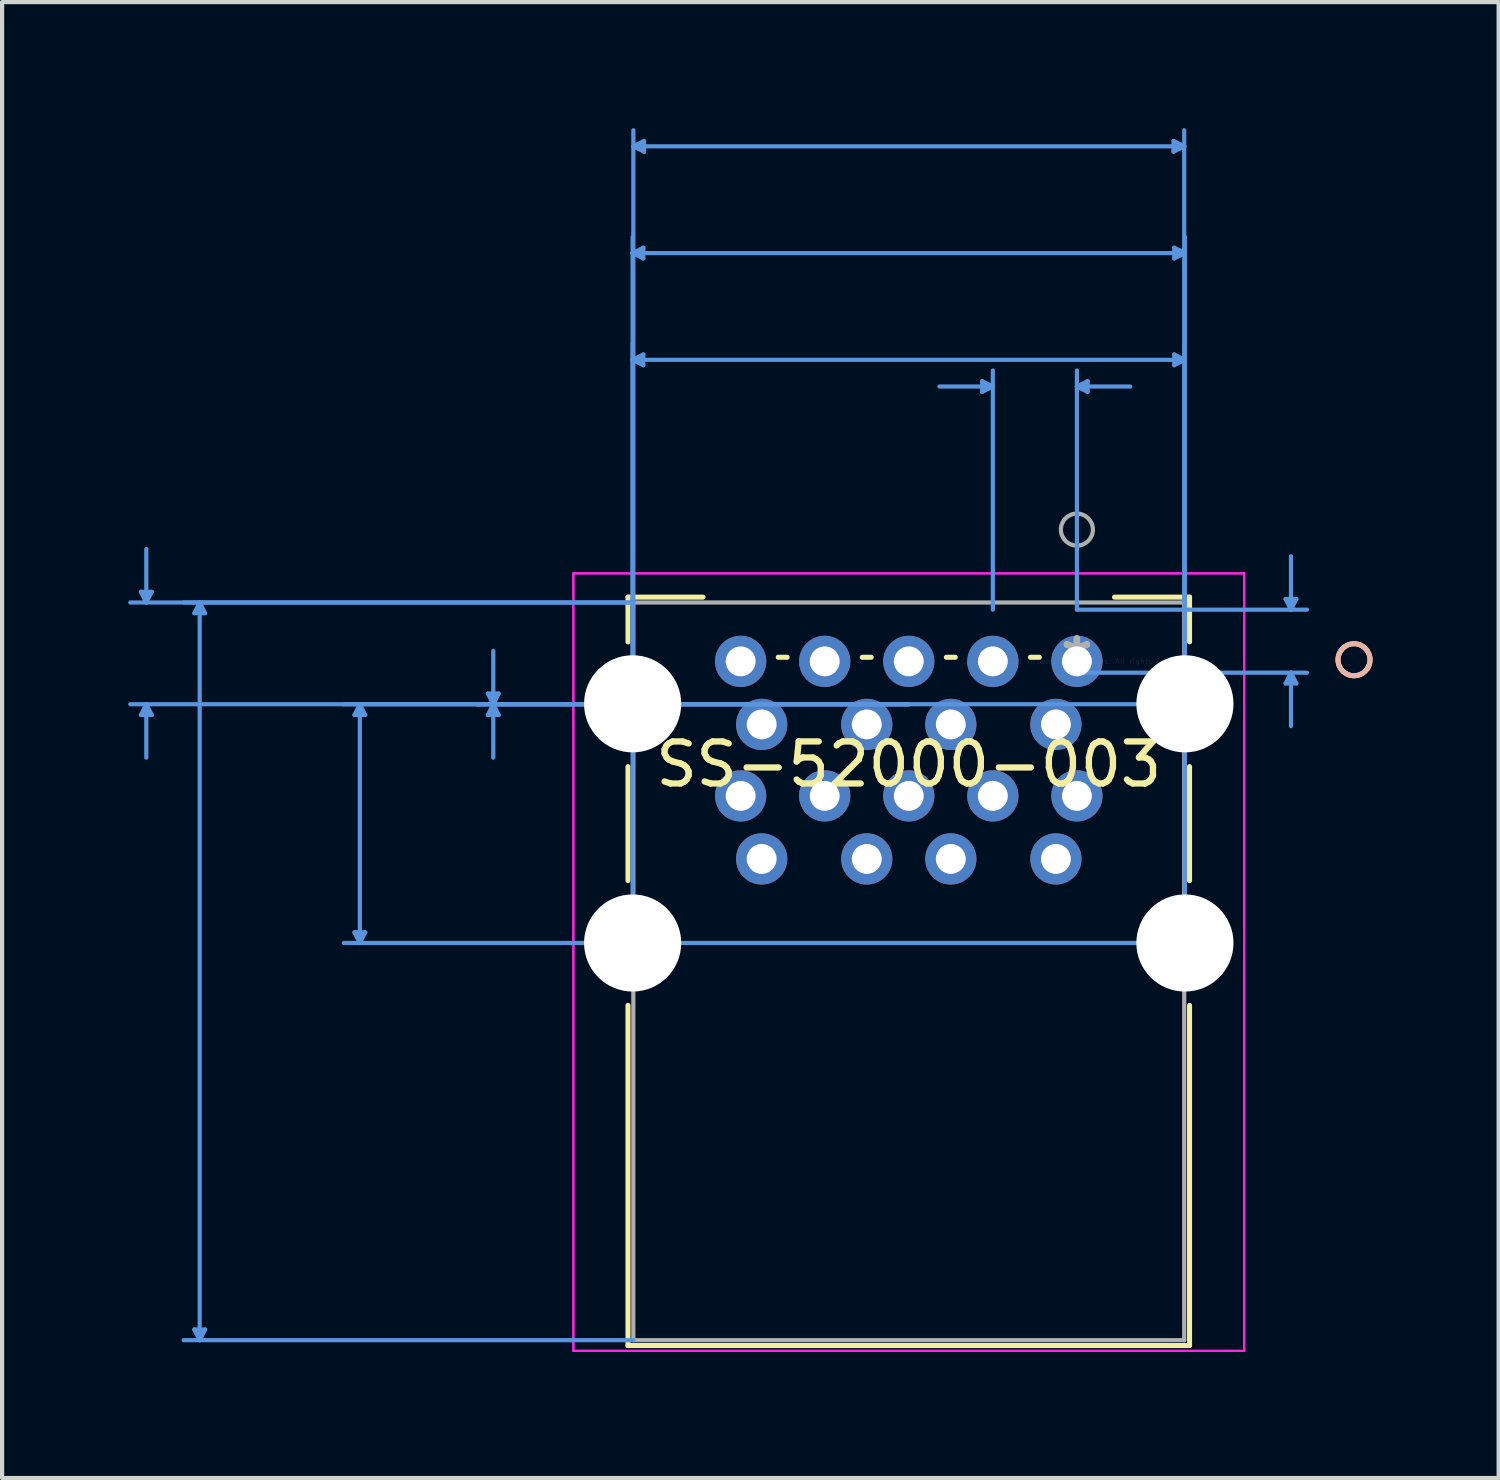
<source format=kicad_pcb>
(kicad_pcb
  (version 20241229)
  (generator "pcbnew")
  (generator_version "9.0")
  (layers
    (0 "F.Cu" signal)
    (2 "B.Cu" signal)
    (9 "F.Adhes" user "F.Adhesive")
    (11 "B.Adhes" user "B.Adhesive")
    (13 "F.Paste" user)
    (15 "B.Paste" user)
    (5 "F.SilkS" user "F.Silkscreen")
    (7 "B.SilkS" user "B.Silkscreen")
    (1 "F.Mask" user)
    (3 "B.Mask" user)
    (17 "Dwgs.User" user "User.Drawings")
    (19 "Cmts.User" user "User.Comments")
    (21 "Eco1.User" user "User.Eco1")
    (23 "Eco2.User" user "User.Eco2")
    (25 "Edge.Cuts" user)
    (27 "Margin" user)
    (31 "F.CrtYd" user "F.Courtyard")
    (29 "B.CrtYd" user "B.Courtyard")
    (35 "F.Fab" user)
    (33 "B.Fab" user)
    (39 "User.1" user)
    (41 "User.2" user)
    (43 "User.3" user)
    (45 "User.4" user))
  (footprint "SS-52000-003"
    (layer "F.Cu")
    (at 22.571 12.685)
    (property "Reference" "SS-52000-003" (at -4 2.45 0) (layer "F.SilkS") (effects (font (size 1 1) (thickness 0.15))))
    (attr through_hole)
    (fp_line (start -10.68 -1.528) (end -10.68 -0.464) (stroke (width 0.12) (type solid)) (layer "F.SilkS"))
    (fp_line (start -10.68 2.504) (end -10.68 5.216) (stroke (width 0.12) (type solid)) (layer "F.SilkS"))
    (fp_line (start -10.68 8.184) (end -10.68 16.277) (stroke (width 0.12) (type solid)) (layer "F.SilkS"))
    (fp_line (start -10.68 16.277) (end 2.68 16.277) (stroke (width 0.12) (type solid)) (layer "F.SilkS"))
    (fp_line (start -8.894 -1.528) (end -10.68 -1.528) (stroke (width 0.12) (type solid)) (layer "F.SilkS"))
    (fp_line (start -6.894 -0.098) (end -7.106 -0.098) (stroke (width 0.12) (type solid)) (layer "F.SilkS"))
    (fp_line (start -4.894 -0.098) (end -5.106 -0.098) (stroke (width 0.12) (type solid)) (layer "F.SilkS"))
    (fp_line (start -2.894 -0.098) (end -3.106 -0.098) (stroke (width 0.12) (type solid)) (layer "F.SilkS"))
    (fp_line (start -0.894 -0.098) (end -1.106 -0.098) (stroke (width 0.12) (type solid)) (layer "F.SilkS"))
    (fp_line (start 2.68 -1.528) (end 0.894 -1.528) (stroke (width 0.12) (type solid)) (layer "F.SilkS"))
    (fp_line (start 2.68 -0.464) (end 2.68 -1.528) (stroke (width 0.12) (type solid)) (layer "F.SilkS"))
    (fp_line (start 2.68 5.216) (end 2.68 2.504) (stroke (width 0.12) (type solid)) (layer "F.SilkS"))
    (fp_line (start 2.68 16.277) (end 2.68 8.184) (stroke (width 0.12) (type solid)) (layer "F.SilkS"))
    (fp_circle (center 6.593 -0.039) (end 6.974 -0.039) (stroke (width 0.12) (type solid)) (fill no) (layer "F.SilkS"))
    (fp_circle (center 6.593 -0.039) (end 6.974 -0.039) (stroke (width 0.12) (type solid)) (fill no) (layer "B.SilkS"))
    (fp_line (start -22.267 -1.655) (end -22.013 -1.655) (stroke (width 0.1) (type solid)) (layer "Cmts.User"))
    (fp_line (start -22.267 1.274) (end -22.013 1.274) (stroke (width 0.1) (type solid)) (layer "Cmts.User"))
    (fp_line (start -22.14 -1.401) (end -22.267 -1.655) (stroke (width 0.1) (type solid)) (layer "Cmts.User"))
    (fp_line (start -22.14 -1.401) (end -22.14 -2.671) (stroke (width 0.1) (type solid)) (layer "Cmts.User"))
    (fp_line (start -22.14 -1.401) (end -22.013 -1.655) (stroke (width 0.1) (type solid)) (layer "Cmts.User"))
    (fp_line (start -22.14 1.02) (end -22.267 1.274) (stroke (width 0.1) (type solid)) (layer "Cmts.User"))
    (fp_line (start -22.14 1.02) (end -22.14 2.29) (stroke (width 0.1) (type solid)) (layer "Cmts.User"))
    (fp_line (start -22.14 1.02) (end -22.013 1.274) (stroke (width 0.1) (type solid)) (layer "Cmts.User"))
    (fp_line (start -20.997 -1.147) (end -20.743 -1.147) (stroke (width 0.1) (type solid)) (layer "Cmts.User"))
    (fp_line (start -20.997 15.896) (end -20.743 15.896) (stroke (width 0.1) (type solid)) (layer "Cmts.User"))
    (fp_line (start -20.87 -1.401) (end -20.997 -1.147) (stroke (width 0.1) (type solid)) (layer "Cmts.User"))
    (fp_line (start -20.87 -1.401) (end -20.87 16.15) (stroke (width 0.1) (type solid)) (layer "Cmts.User"))
    (fp_line (start -20.87 -1.401) (end -20.743 -1.147) (stroke (width 0.1) (type solid)) (layer "Cmts.User"))
    (fp_line (start -20.87 16.15) (end -20.997 15.896) (stroke (width 0.1) (type solid)) (layer "Cmts.User"))
    (fp_line (start -20.87 16.15) (end -20.743 15.896) (stroke (width 0.1) (type solid)) (layer "Cmts.User"))
    (fp_line (start -17.187 1.274) (end -16.933 1.274) (stroke (width 0.1) (type solid)) (layer "Cmts.User"))
    (fp_line (start -17.187 6.446) (end -16.933 6.446) (stroke (width 0.1) (type solid)) (layer "Cmts.User"))
    (fp_line (start -17.06 1.02) (end -17.187 1.274) (stroke (width 0.1) (type solid)) (layer "Cmts.User"))
    (fp_line (start -17.06 1.02) (end -17.06 6.7) (stroke (width 0.1) (type solid)) (layer "Cmts.User"))
    (fp_line (start -17.06 1.02) (end -16.933 1.274) (stroke (width 0.1) (type solid)) (layer "Cmts.User"))
    (fp_line (start -17.06 6.7) (end -17.187 6.446) (stroke (width 0.1) (type solid)) (layer "Cmts.User"))
    (fp_line (start -17.06 6.7) (end -16.933 6.446) (stroke (width 0.1) (type solid)) (layer "Cmts.User"))
    (fp_line (start -14.012 0.766) (end -13.758 0.766) (stroke (width 0.1) (type solid)) (layer "Cmts.User"))
    (fp_line (start -14.012 1.274) (end -13.758 1.274) (stroke (width 0.1) (type solid)) (layer "Cmts.User"))
    (fp_line (start -13.885 1.02) (end -14.012 0.766) (stroke (width 0.1) (type solid)) (layer "Cmts.User"))
    (fp_line (start -13.885 1.02) (end -14.012 1.274) (stroke (width 0.1) (type solid)) (layer "Cmts.User"))
    (fp_line (start -13.885 1.02) (end -13.885 -0.25) (stroke (width 0.1) (type solid)) (layer "Cmts.User"))
    (fp_line (start -13.885 1.02) (end -13.885 2.29) (stroke (width 0.1) (type solid)) (layer "Cmts.User"))
    (fp_line (start -13.885 1.02) (end -13.758 0.766) (stroke (width 0.1) (type solid)) (layer "Cmts.User"))
    (fp_line (start -13.885 1.02) (end -13.758 1.274) (stroke (width 0.1) (type solid)) (layer "Cmts.User"))
    (fp_line (start -10.57 -9.714) (end -10.316 -9.841) (stroke (width 0.1) (type solid)) (layer "Cmts.User"))
    (fp_line (start -10.57 -9.714) (end -10.316 -9.587) (stroke (width 0.1) (type solid)) (layer "Cmts.User"))
    (fp_line (start -10.57 -9.714) (end 2.57 -9.714) (stroke (width 0.1) (type solid)) (layer "Cmts.User"))
    (fp_line (start -10.57 1.02) (end -10.57 -10.095) (stroke (width 0.1) (type solid)) (layer "Cmts.User"))
    (fp_line (start -10.57 -7.174) (end -10.316 -7.301) (stroke (width 0.1) (type solid)) (layer "Cmts.User"))
    (fp_line (start -10.57 -7.174) (end -10.316 -7.047) (stroke (width 0.1) (type solid)) (layer "Cmts.User"))
    (fp_line (start -10.57 -7.174) (end 2.57 -7.174) (stroke (width 0.1) (type solid)) (layer "Cmts.User"))
    (fp_line (start -10.57 6.7) (end -10.57 -7.555) (stroke (width 0.1) (type solid)) (layer "Cmts.User"))
    (fp_line (start -10.553 -12.254) (end -10.299 -12.381) (stroke (width 0.1) (type solid)) (layer "Cmts.User"))
    (fp_line (start -10.553 -12.254) (end -10.299 -12.127) (stroke (width 0.1) (type solid)) (layer "Cmts.User"))
    (fp_line (start -10.553 -12.254) (end 2.553 -12.254) (stroke (width 0.1) (type solid)) (layer "Cmts.User"))
    (fp_line (start -10.553 -1.401) (end -22.521 -1.401) (stroke (width 0.1) (type solid)) (layer "Cmts.User"))
    (fp_line (start -10.553 -1.401) (end -21.251 -1.401) (stroke (width 0.1) (type solid)) (layer "Cmts.User"))
    (fp_line (start -10.553 -1.401) (end -10.553 -12.635) (stroke (width 0.1) (type solid)) (layer "Cmts.User"))
    (fp_line (start -10.553 16.15) (end -21.251 16.15) (stroke (width 0.1) (type solid)) (layer "Cmts.User"))
    (fp_line (start -10.316 -9.841) (end -10.316 -9.587) (stroke (width 0.1) (type solid)) (layer "Cmts.User"))
    (fp_line (start -10.316 -7.301) (end -10.316 -7.047) (stroke (width 0.1) (type solid)) (layer "Cmts.User"))
    (fp_line (start -10.299 -12.381) (end -10.299 -12.127) (stroke (width 0.1) (type solid)) (layer "Cmts.User"))
    (fp_line (start -4 1.02) (end -22.521 1.02) (stroke (width 0.1) (type solid)) (layer "Cmts.User"))
    (fp_line (start -4 1.02) (end -17.441 1.02) (stroke (width 0.1) (type solid)) (layer "Cmts.User"))
    (fp_line (start -4 1.02) (end -14.266 1.02) (stroke (width 0.1) (type solid)) (layer "Cmts.User"))
    (fp_line (start -2.254 -6.666) (end -2.254 -6.412) (stroke (width 0.1) (type solid)) (layer "Cmts.User"))
    (fp_line (start -2 -6.539) (end -3.27 -6.539) (stroke (width 0.1) (type solid)) (layer "Cmts.User"))
    (fp_line (start -2 -6.539) (end -2.254 -6.666) (stroke (width 0.1) (type solid)) (layer "Cmts.User"))
    (fp_line (start -2 -6.539) (end -2.254 -6.412) (stroke (width 0.1) (type solid)) (layer "Cmts.User"))
    (fp_line (start -2 -1.23) (end -2 -6.92) (stroke (width 0.1) (type solid)) (layer "Cmts.User"))
    (fp_line (start 0 -6.539) (end 0.254 -6.666) (stroke (width 0.1) (type solid)) (layer "Cmts.User"))
    (fp_line (start 0 -6.539) (end 0.254 -6.412) (stroke (width 0.1) (type solid)) (layer "Cmts.User"))
    (fp_line (start 0 -6.539) (end 1.27 -6.539) (stroke (width 0.1) (type solid)) (layer "Cmts.User"))
    (fp_line (start 0 -1.23) (end 0 -6.92) (stroke (width 0.1) (type solid)) (layer "Cmts.User"))
    (fp_line (start 0 -1.23) (end 5.474 -1.23) (stroke (width 0.1) (type solid)) (layer "Cmts.User"))
    (fp_line (start 0 0.27) (end 5.474 0.27) (stroke (width 0.1) (type solid)) (layer "Cmts.User"))
    (fp_line (start 0.254 -6.666) (end 0.254 -6.412) (stroke (width 0.1) (type solid)) (layer "Cmts.User"))
    (fp_line (start 2.299 -12.381) (end 2.299 -12.127) (stroke (width 0.1) (type solid)) (layer "Cmts.User"))
    (fp_line (start 2.316 -7.301) (end 2.316 -7.047) (stroke (width 0.1) (type solid)) (layer "Cmts.User"))
    (fp_line (start 2.316 -9.841) (end 2.316 -9.587) (stroke (width 0.1) (type solid)) (layer "Cmts.User"))
    (fp_line (start 2.553 -12.254) (end 2.299 -12.381) (stroke (width 0.1) (type solid)) (layer "Cmts.User"))
    (fp_line (start 2.553 -12.254) (end 2.299 -12.127) (stroke (width 0.1) (type solid)) (layer "Cmts.User"))
    (fp_line (start 2.553 -1.401) (end 2.553 -12.635) (stroke (width 0.1) (type solid)) (layer "Cmts.User"))
    (fp_line (start 2.57 -7.174) (end 2.316 -7.301) (stroke (width 0.1) (type solid)) (layer "Cmts.User"))
    (fp_line (start 2.57 -7.174) (end 2.316 -7.047) (stroke (width 0.1) (type solid)) (layer "Cmts.User"))
    (fp_line (start 2.57 6.7) (end -17.441 6.7) (stroke (width 0.1) (type solid)) (layer "Cmts.User"))
    (fp_line (start 2.57 6.7) (end 2.57 -7.555) (stroke (width 0.1) (type solid)) (layer "Cmts.User"))
    (fp_line (start 2.57 -9.714) (end 2.316 -9.841) (stroke (width 0.1) (type solid)) (layer "Cmts.User"))
    (fp_line (start 2.57 -9.714) (end 2.316 -9.587) (stroke (width 0.1) (type solid)) (layer "Cmts.User"))
    (fp_line (start 2.57 1.02) (end -14.266 1.02) (stroke (width 0.1) (type solid)) (layer "Cmts.User"))
    (fp_line (start 2.57 1.02) (end 2.57 -10.095) (stroke (width 0.1) (type solid)) (layer "Cmts.User"))
    (fp_line (start 4.966 -1.484) (end 5.22 -1.484) (stroke (width 0.1) (type solid)) (layer "Cmts.User"))
    (fp_line (start 4.966 0.524) (end 5.22 0.524) (stroke (width 0.1) (type solid)) (layer "Cmts.User"))
    (fp_line (start 5.093 -1.23) (end 4.966 -1.484) (stroke (width 0.1) (type solid)) (layer "Cmts.User"))
    (fp_line (start 5.093 -1.23) (end 5.093 -2.5) (stroke (width 0.1) (type solid)) (layer "Cmts.User"))
    (fp_line (start 5.093 -1.23) (end 5.22 -1.484) (stroke (width 0.1) (type solid)) (layer "Cmts.User"))
    (fp_line (start 5.093 0.27) (end 4.966 0.524) (stroke (width 0.1) (type solid)) (layer "Cmts.User"))
    (fp_line (start 5.093 0.27) (end 5.093 1.54) (stroke (width 0.1) (type solid)) (layer "Cmts.User"))
    (fp_line (start 5.093 0.27) (end 5.22 0.524) (stroke (width 0.1) (type solid)) (layer "Cmts.User"))
    (fp_line (start -11.98 -2.094) (end -11.98 16.404) (stroke (width 0.05) (type solid)) (layer "F.CrtYd"))
    (fp_line (start -11.98 -2.094) (end -11.98 16.404) (stroke (width 0.05) (type solid)) (layer "F.CrtYd"))
    (fp_line (start -11.98 16.404) (end 3.98 16.404) (stroke (width 0.05) (type solid)) (layer "F.CrtYd"))
    (fp_line (start -11.98 16.404) (end 3.98 16.404) (stroke (width 0.05) (type solid)) (layer "F.CrtYd"))
    (fp_line (start 3.98 -2.094) (end -11.98 -2.094) (stroke (width 0.05) (type solid)) (layer "F.CrtYd"))
    (fp_line (start 3.98 -2.094) (end -11.98 -2.094) (stroke (width 0.05) (type solid)) (layer "F.CrtYd"))
    (fp_line (start 3.98 16.404) (end 3.98 -2.094) (stroke (width 0.05) (type solid)) (layer "F.CrtYd"))
    (fp_line (start 3.98 16.404) (end 3.98 -2.094) (stroke (width 0.05) (type solid)) (layer "F.CrtYd"))
    (fp_line (start -10.553 -1.401) (end -10.553 16.15) (stroke (width 0.1) (type solid)) (layer "F.Fab"))
    (fp_line (start -10.553 16.15) (end 2.553 16.15) (stroke (width 0.1) (type solid)) (layer "F.Fab"))
    (fp_line (start 2.553 -1.401) (end -10.553 -1.401) (stroke (width 0.1) (type solid)) (layer "F.Fab"))
    (fp_line (start 2.553 16.15) (end 2.553 -1.401) (stroke (width 0.1) (type solid)) (layer "F.Fab"))
    (fp_circle (center 0 -3.135) (end 0.381 -3.135) (stroke (width 0.1) (type solid)) (fill no) (layer "F.Fab"))
    (fp_text user "*" (at 0 0 0) (layer "F.SilkS") (effects (font (size 1 1) (thickness 0.15))))
    (fp_text user "Copyright 2021 Accelerated Designs. All rights reserved." (at 0 0 0) (layer "Cmts.User") (effects (font (size 0.127 0.127) (thickness 0.002))))
    (fp_text user "*" (at 0 0 0) (layer "F.Fab") (effects (font (size 1 1) (thickness 0.15))))
    (pad "" np_thru_hole circle (at -10.57 1.01) (size 2.311 2.311) (drill 2.311) (layers "*.Cu" "*.Mask"))
    (pad "" np_thru_hole circle (at -10.57 6.7) (size 2.311 2.311) (drill 2.311) (layers "*.Cu" "*.Mask"))
    (pad "" np_thru_hole circle (at 2.57 6.7) (size 2.311 2.311) (drill 2.311) (layers "*.Cu" "*.Mask"))
    (pad "" np_thru_hole circle (at 2.57 1.01) (size 2.311 2.311) (drill 2.311) (layers "*.Cu" "*.Mask"))
    (pad "1" thru_hole circle (at 0 0) (size 1.219 1.219) (drill 0.711) (layers "*.Cu" "*.Mask"))
    (pad "2" thru_hole circle (at -2 0) (size 1.219 1.219) (drill 0.711) (layers "*.Cu" "*.Mask"))
    (pad "3" thru_hole circle (at -4 0) (size 1.219 1.219) (drill 0.711) (layers "*.Cu" "*.Mask"))
    (pad "4" thru_hole circle (at -6 0) (size 1.219 1.219) (drill 0.711) (layers "*.Cu" "*.Mask"))
    (pad "5" thru_hole circle (at -8 0) (size 1.219 1.219) (drill 0.711) (layers "*.Cu" "*.Mask"))
    (pad "6" thru_hole circle (at -0.5 1.5) (size 1.219 1.219) (drill 0.711) (layers "*.Cu" "*.Mask"))
    (pad "7" thru_hole circle (at -3 1.5) (size 1.219 1.219) (drill 0.711) (layers "*.Cu" "*.Mask"))
    (pad "8" thru_hole circle (at -5 1.5) (size 1.219 1.219) (drill 0.711) (layers "*.Cu" "*.Mask"))
    (pad "10" thru_hole circle (at -7.5 1.5) (size 1.219 1.219) (drill 0.711) (layers "*.Cu" "*.Mask"))
    (pad "11" thru_hole circle (at 0 3.2) (size 1.219 1.219) (drill 0.711) (layers "*.Cu" "*.Mask"))
    (pad "12" thru_hole circle (at -2 3.2) (size 1.219 1.219) (drill 0.711) (layers "*.Cu" "*.Mask"))
    (pad "13" thru_hole circle (at -4 3.2) (size 1.219 1.219) (drill 0.711) (layers "*.Cu" "*.Mask"))
    (pad "14" thru_hole circle (at -6 3.2) (size 1.219 1.219) (drill 0.711) (layers "*.Cu" "*.Mask"))
    (pad "15" thru_hole circle (at -8 3.2) (size 1.219 1.219) (drill 0.711) (layers "*.Cu" "*.Mask"))
    (pad "16" thru_hole circle (at -0.5 4.7) (size 1.219 1.219) (drill 0.711) (layers "*.Cu" "*.Mask"))
    (pad "17" thru_hole circle (at -3 4.7) (size 1.219 1.219) (drill 0.711) (layers "*.Cu" "*.Mask"))
    (pad "18" thru_hole circle (at -5 4.7) (size 1.219 1.219) (drill 0.711) (layers "*.Cu" "*.Mask"))
    (pad "20" thru_hole circle (at -7.5 4.7) (size 1.219 1.219) (drill 0.711) (layers "*.Cu" "*.Mask")))
  (gr_rect
    (start -3 -3)
    (end 32.605 32.114)
    (stroke (width 0.1) (type default))
    (fill no)
    (layer "Edge.Cuts")))
</source>
